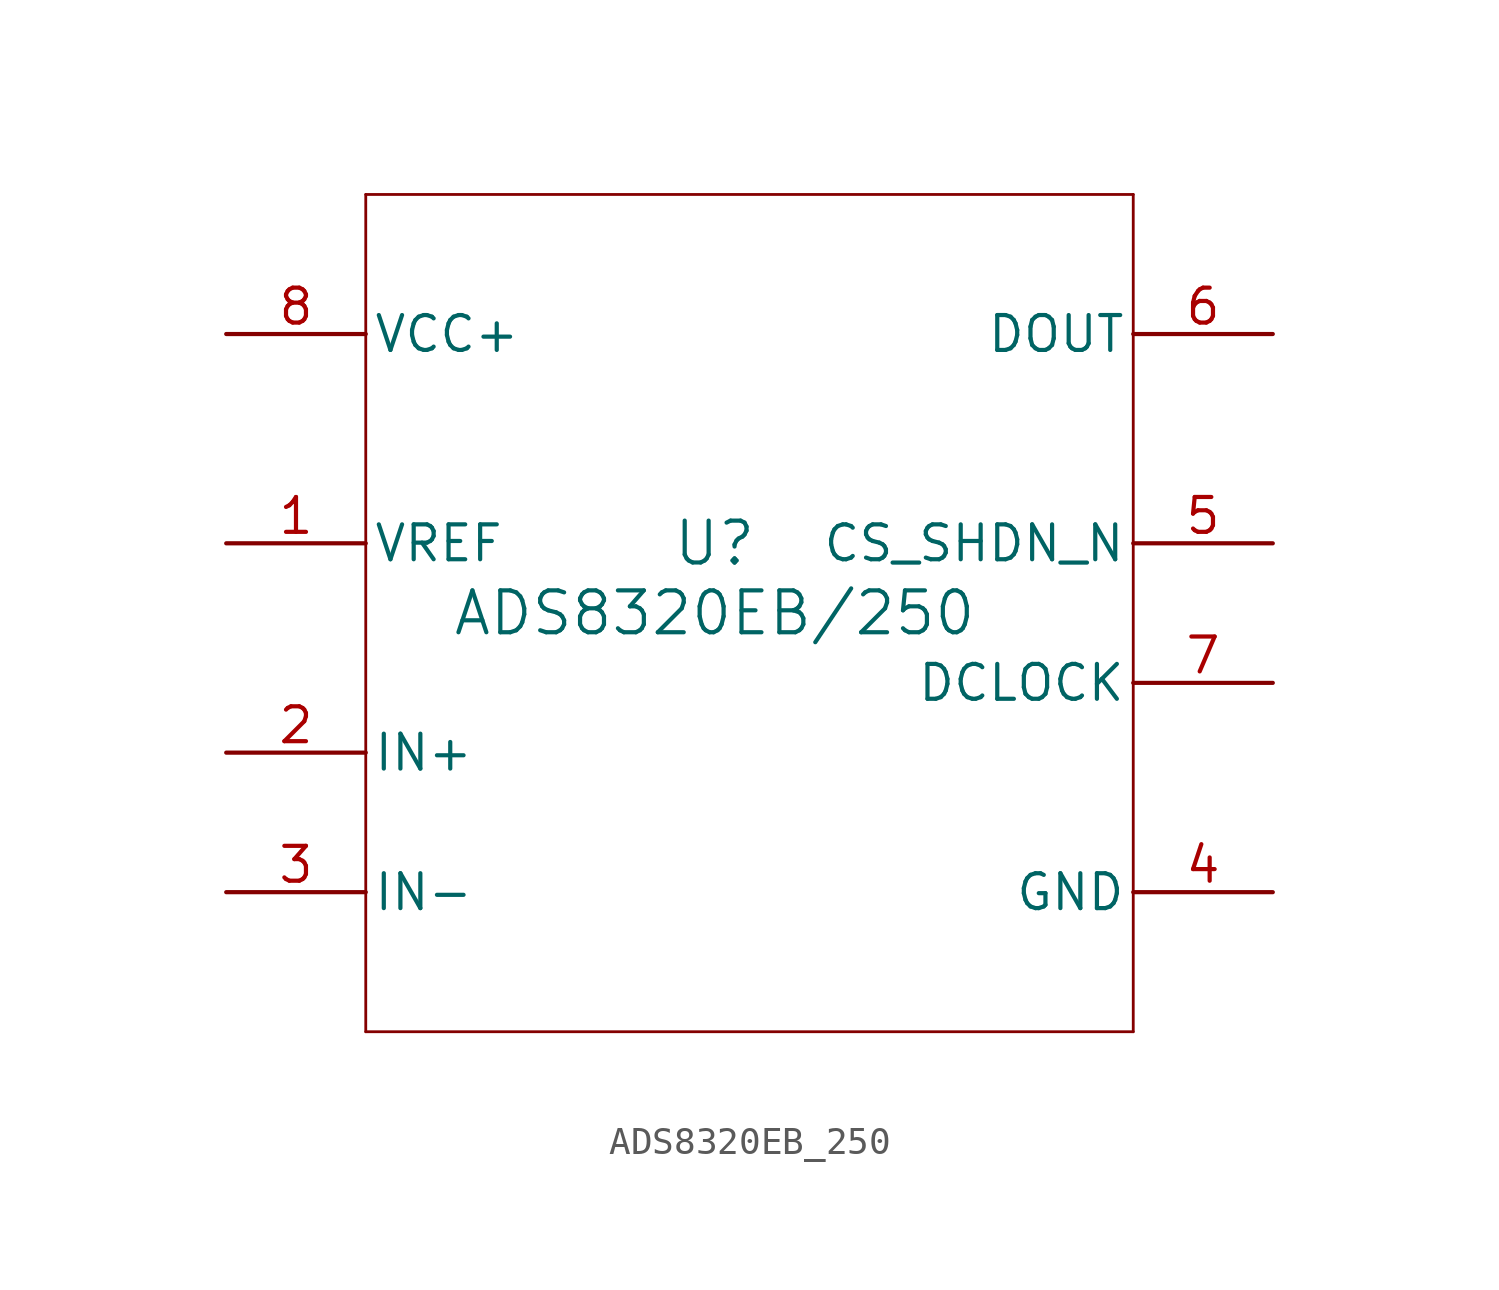
<source format=kicad_sym>
(kicad_symbol_lib
  (version 20211014)
  (generator kicad_symbol_editor)
  (symbol "ADS8320EB_250"
    (pin_names
      (offset 0.254))
    (property "Reference" "U"
      (at 0 2.54 0)
      (effects (font (size 1.524 1.524))))
    (property "Value" "ADS8320EB/250"
      (at 0 0 0)
      (effects (font (size 1.524 1.524))))
    (symbol "ADS8320EB_250_0_1"
      (polyline (pts (xy -12.7 -15.24) (xy 15.24 -15.24)) (stroke (width 0.102) (type default) (color 0 0 0 0)) (fill (type none)))
      (polyline (pts (xy 15.24 -15.24) (xy 15.24 15.24)) (stroke (width 0.102) (type default) (color 0 0 0 0)) (fill (type none)))
      (polyline (pts (xy 15.24 15.24) (xy -12.7 15.24)) (stroke (width 0.102) (type default) (color 0 0 0 0)) (fill (type none)))
      (polyline (pts (xy -12.7 15.24) (xy -12.7 -15.24)) (stroke (width 0.102) (type default) (color 0 0 0 0)) (fill (type none)))
      (pin input line (at -17.78 2.54 0) (length 5.08) (name "VREF" (effects (font (size 1.27 1.27)))) (number "1" (effects (font (size 1.27 1.27)))))
      (pin input line (at -17.78 -5.08 0) (length 5.08) (name "IN+" (effects (font (size 1.27 1.27)))) (number "2" (effects (font (size 1.27 1.27)))))
      (pin input line (at -17.78 -10.16 0) (length 5.08) (name "IN-" (effects (font (size 1.27 1.27)))) (number "3" (effects (font (size 1.27 1.27)))))
      (pin power_in line (at 20.32 -10.16 180) (length 5.08) (name "GND" (effects (font (size 1.27 1.27)))) (number "4" (effects (font (size 1.27 1.27)))))
      (pin input line (at 20.32 2.54 180) (length 5.08) (name "CS_SHDN_N" (effects (font (size 1.27 1.27)))) (number "5" (effects (font (size 1.27 1.27)))))
      (pin output line (at 20.32 10.16 180) (length 5.08) (name "DOUT" (effects (font (size 1.27 1.27)))) (number "6" (effects (font (size 1.27 1.27)))))
      (pin input line (at 20.32 -2.54 180) (length 5.08) (name "DCLOCK" (effects (font (size 1.27 1.27)))) (number "7" (effects (font (size 1.27 1.27)))))
      (pin power_in line (at -17.78 10.16 0) (length 5.08) (name "VCC+" (effects (font (size 1.27 1.27)))) (number "8" (effects (font (size 1.27 1.27))))))))
</source>
